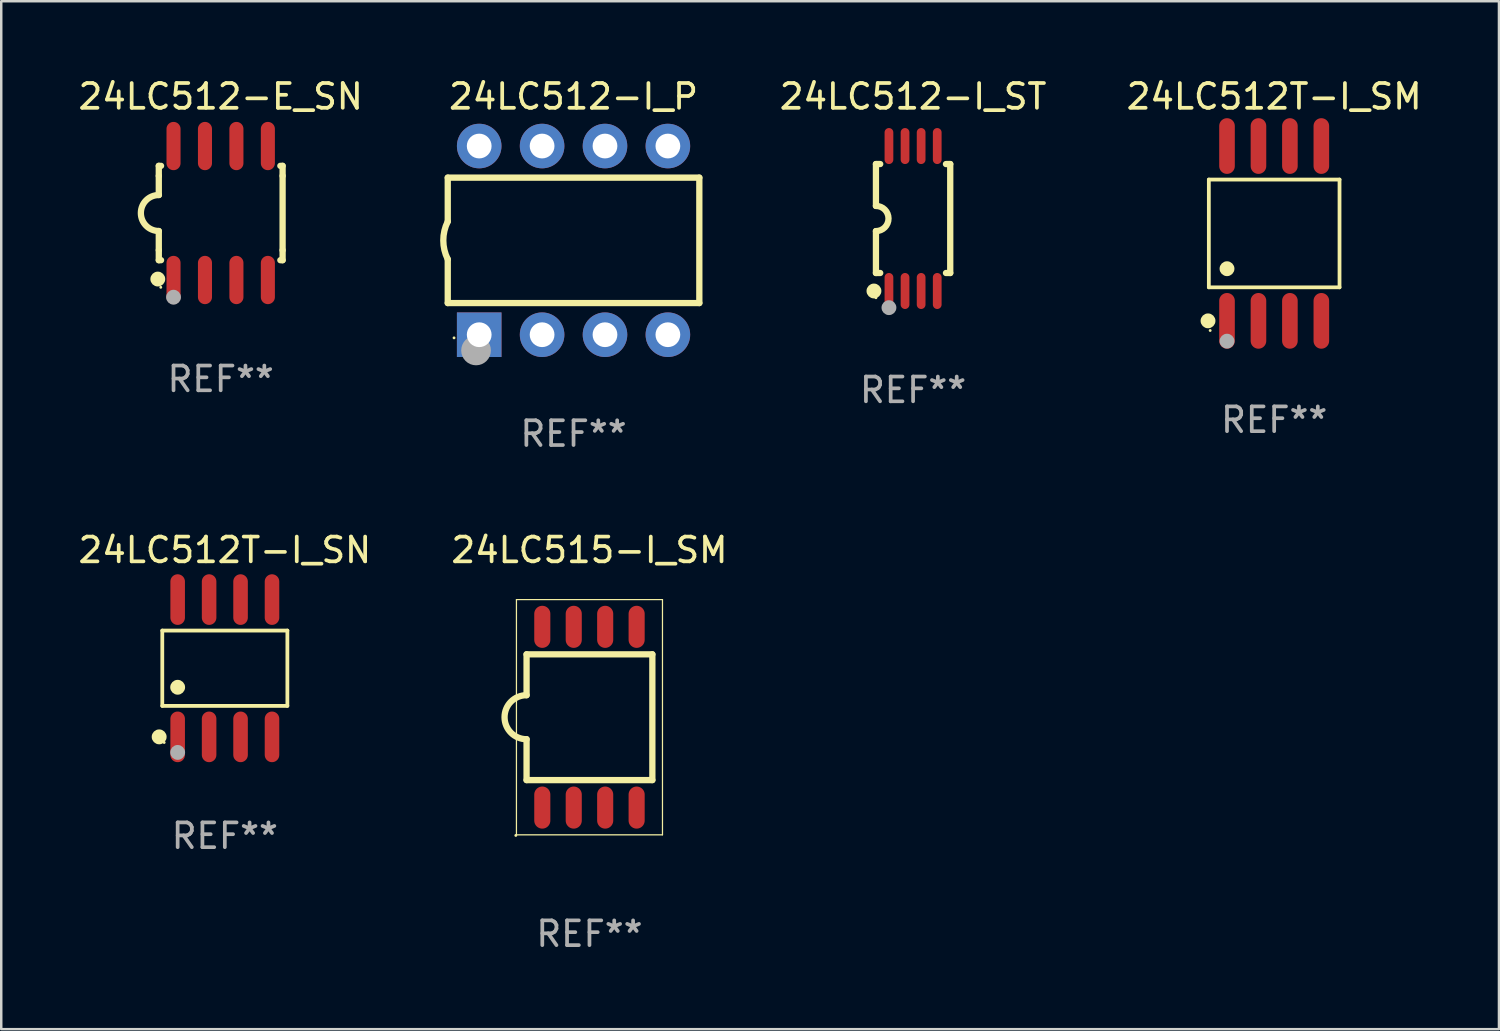
<source format=kicad_pcb>
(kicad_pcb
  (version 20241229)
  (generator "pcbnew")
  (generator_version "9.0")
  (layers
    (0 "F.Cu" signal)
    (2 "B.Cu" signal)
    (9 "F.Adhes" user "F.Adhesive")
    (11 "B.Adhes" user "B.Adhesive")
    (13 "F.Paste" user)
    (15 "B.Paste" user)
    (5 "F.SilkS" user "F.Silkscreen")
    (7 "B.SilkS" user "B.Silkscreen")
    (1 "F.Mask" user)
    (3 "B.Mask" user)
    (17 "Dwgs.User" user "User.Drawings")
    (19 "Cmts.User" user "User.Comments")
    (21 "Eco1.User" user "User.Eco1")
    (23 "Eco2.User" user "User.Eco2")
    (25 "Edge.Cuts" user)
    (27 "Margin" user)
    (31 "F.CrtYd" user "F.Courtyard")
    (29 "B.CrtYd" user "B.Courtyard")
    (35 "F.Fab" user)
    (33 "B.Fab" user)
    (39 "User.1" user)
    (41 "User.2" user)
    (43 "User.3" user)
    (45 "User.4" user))
  (footprint "24LC512-I_P"
    (layer "F.Cu")
    (at 20.113 6.658)
    (property "Reference" "24LC512-I_P" (at 0 -5.81 0) (layer "F.SilkS") (effects (font (size 1 1) (thickness 0.15))))
    (attr through_hole)
    (fp_line (start -5.08 -2.534) (end 5.08 -2.534) (stroke (width 0.254) (type solid)) (layer "F.SilkS"))
    (fp_line (start -5.08 -0.762) (end -5.08 -2.534) (stroke (width 0.254) (type solid)) (layer "F.SilkS"))
    (fp_line (start -5.08 2.531) (end -5.08 0.762) (stroke (width 0.254) (type solid)) (layer "F.SilkS"))
    (fp_line (start -5.08 2.531) (end 5.08 2.531) (stroke (width 0.254) (type solid)) (layer "F.SilkS"))
    (fp_line (start 5.08 2.531) (end 5.08 -2.534) (stroke (width 0.254) (type solid)) (layer "F.SilkS"))
    (fp_arc (start -5.08001 0.762001) (mid -5.259894 0) (end -5.08001 -0.762002) (stroke (width 0.254001) (type solid)) (layer "F.SilkS"))
    (fp_circle (center -4.826 3.937) (end -4.796 3.937) (stroke (width 0.06) (type solid)) (fill no) (layer "F.SilkS"))
    (fp_circle (center -3.937 4.445) (end -3.637 4.445) (stroke (width 0.6) (type solid)) (fill no) (layer "F.Fab"))
    (fp_text user "REF**" (at 0 7.81 0) (layer "F.Fab") (effects (font (size 1 1) (thickness 0.15))))
    (pad "1" thru_hole rect (at -3.81 3.81) (size 1.8 1.8) (drill 1) (layers "*.Cu" "*.Mask"))
    (pad "2" thru_hole circle (at -1.27 3.81) (size 1.8 1.8) (drill 1) (layers "*.Cu" "*.Mask"))
    (pad "3" thru_hole circle (at 1.27 3.81) (size 1.8 1.8) (drill 1) (layers "*.Cu" "*.Mask"))
    (pad "4" thru_hole circle (at 3.81 3.81) (size 1.8 1.8) (drill 1) (layers "*.Cu" "*.Mask"))
    (pad "5" thru_hole circle (at 3.81 -3.81) (size 1.8 1.8) (drill 1) (layers "*.Cu" "*.Mask"))
    (pad "6" thru_hole circle (at 1.27 -3.81) (size 1.8 1.8) (drill 1) (layers "*.Cu" "*.Mask"))
    (pad "7" thru_hole circle (at -1.27 -3.81) (size 1.8 1.8) (drill 1) (layers "*.Cu" "*.Mask"))
    (pad "8" thru_hole circle (at -3.81 -3.81) (size 1.8 1.8) (drill 1) (layers "*.Cu" "*.Mask")))
  (footprint "24LC512-I_ST"
    (layer "F.Cu")
    (at 33.826 5.775)
    (property "Reference" "24LC512-I_ST" (at 0 -4.927 0) (layer "F.SilkS") (effects (font (size 1 1) (thickness 0.15))))
    (attr through_hole)
    (fp_line (start -1.5 -2.2) (end -1.5 -0.508) (stroke (width 0.254) (type solid)) (layer "F.SilkS"))
    (fp_line (start -1.5 -2.2) (end -1.328 -2.2) (stroke (width 0.254) (type solid)) (layer "F.SilkS"))
    (fp_line (start -1.5 2.2) (end -1.5 0.508) (stroke (width 0.254) (type solid)) (layer "F.SilkS"))
    (fp_line (start -1.5 2.2) (end -1.328 2.2) (stroke (width 0.254) (type solid)) (layer "F.SilkS"))
    (fp_line (start 1.328 -2.2) (end 1.5 -2.2) (stroke (width 0.254) (type solid)) (layer "F.SilkS"))
    (fp_line (start 1.328 2.2) (end 1.5 2.2) (stroke (width 0.254) (type solid)) (layer "F.SilkS"))
    (fp_line (start 1.5 -2.2) (end 1.5 2.2) (stroke (width 0.254) (type solid)) (layer "F.SilkS"))
    (fp_arc (start -1.501144 -0.508) (mid -0.993143 -0.000571) (end -1.5 0.508001) (stroke (width 0.254001) (type solid)) (layer "F.SilkS"))
    (fp_circle (center -1.581 2.927) (end -1.431 2.927) (stroke (width 0.3) (type solid)) (fill no) (layer "F.SilkS"))
    (fp_circle (center -1.5 3.2) (end -1.47 3.2) (stroke (width 0.06) (type solid)) (fill no) (layer "F.SilkS"))
    (fp_circle (center -0.975 3.6) (end -0.825 3.6) (stroke (width 0.3) (type solid)) (fill no) (layer "F.Fab"))
    (fp_text user "REF**" (at 0 6.927 0) (layer "F.Fab") (effects (font (size 1 1) (thickness 0.15))))
    (pad "1" smd oval (at -0.975 2.927) (size 0.353 1.454) (layers "F.Cu" "F.Mask" "F.Paste"))
    (pad "2" smd oval (at -0.325 2.927) (size 0.353 1.454) (layers "F.Cu" "F.Mask" "F.Paste"))
    (pad "3" smd oval (at 0.325 2.927) (size 0.353 1.454) (layers "F.Cu" "F.Mask" "F.Paste"))
    (pad "4" smd oval (at 0.975 2.927) (size 0.353 1.454) (layers "F.Cu" "F.Mask" "F.Paste"))
    (pad "5" smd oval (at 0.975 -2.927) (size 0.353 1.454) (layers "F.Cu" "F.Mask" "F.Paste"))
    (pad "6" smd oval (at 0.325 -2.927) (size 0.353 1.454) (layers "F.Cu" "F.Mask" "F.Paste"))
    (pad "7" smd oval (at -0.325 -2.927) (size 0.353 1.454) (layers "F.Cu" "F.Mask" "F.Paste"))
    (pad "8" smd oval (at -0.975 -2.927) (size 0.353 1.454) (layers "F.Cu" "F.Mask" "F.Paste")))
  (footprint "24LC512T-I_SM"
    (layer "F.Cu")
    (at 48.409 6.378)
    (property "Reference" "24LC512T-I_SM" (at 0 -5.53 0) (layer "F.SilkS") (effects (font (size 1 1) (thickness 0.15))))
    (attr through_hole)
    (fp_line (start -2.639 -2.176) (end 2.639 -2.176) (stroke (width 0.152) (type solid)) (layer "F.SilkS"))
    (fp_line (start -2.639 2.176) (end -2.639 -2.176) (stroke (width 0.152) (type solid)) (layer "F.SilkS"))
    (fp_line (start 2.639 -2.176) (end 2.639 2.176) (stroke (width 0.152) (type solid)) (layer "F.SilkS"))
    (fp_line (start 2.639 2.176) (end -2.639 2.176) (stroke (width 0.152) (type solid)) (layer "F.SilkS"))
    (fp_circle (center -2.672 3.53) (end -2.522 3.53) (stroke (width 0.3) (type solid)) (fill no) (layer "F.SilkS"))
    (fp_circle (center -2.585 3.92) (end -2.555 3.92) (stroke (width 0.06) (type solid)) (fill no) (layer "F.SilkS"))
    (fp_circle (center -1.905 1.424) (end -1.755 1.424) (stroke (width 0.3) (type solid)) (fill no) (layer "F.SilkS"))
    (fp_circle (center -1.905 4.35) (end -1.755 4.35) (stroke (width 0.3) (type solid)) (fill no) (layer "F.Fab"))
    (fp_text user "REF**" (at 0 7.53 0) (layer "F.Fab") (effects (font (size 1 1) (thickness 0.15))))
    (pad "1" smd oval (at -1.905 3.53) (size 0.63 2.25) (layers "F.Cu" "F.Mask" "F.Paste"))
    (pad "2" smd oval (at -0.635 3.53) (size 0.63 2.25) (layers "F.Cu" "F.Mask" "F.Paste"))
    (pad "3" smd oval (at 0.635 3.53) (size 0.63 2.25) (layers "F.Cu" "F.Mask" "F.Paste"))
    (pad "4" smd oval (at 1.905 3.53) (size 0.63 2.25) (layers "F.Cu" "F.Mask" "F.Paste"))
    (pad "5" smd oval (at 1.905 -3.53) (size 0.63 2.25) (layers "F.Cu" "F.Mask" "F.Paste"))
    (pad "6" smd oval (at 0.635 -3.53) (size 0.63 2.25) (layers "F.Cu" "F.Mask" "F.Paste"))
    (pad "7" smd oval (at -0.635 -3.53) (size 0.63 2.25) (layers "F.Cu" "F.Mask" "F.Paste"))
    (pad "8" smd oval (at -1.905 -3.53) (size 0.63 2.25) (layers "F.Cu" "F.Mask" "F.Paste")))
  (footprint "24LC512T-I_SN"
    (layer "F.Cu")
    (at 6.03 23.937)
    (property "Reference" "24LC512T-I_SN" (at 0 -4.772 0) (layer "F.SilkS") (effects (font (size 1 1) (thickness 0.15))))
    (attr through_hole)
    (fp_line (start -2.526 -1.521) (end 2.526 -1.521) (stroke (width 0.152) (type solid)) (layer "F.SilkS"))
    (fp_line (start -2.526 1.521) (end -2.526 -1.521) (stroke (width 0.152) (type solid)) (layer "F.SilkS"))
    (fp_line (start 2.526 -1.521) (end 2.526 1.521) (stroke (width 0.152) (type solid)) (layer "F.SilkS"))
    (fp_line (start 2.526 1.521) (end -2.526 1.521) (stroke (width 0.152) (type solid)) (layer "F.SilkS"))
    (fp_circle (center -2.652 2.772) (end -2.501 2.772) (stroke (width 0.3) (type solid)) (fill no) (layer "F.SilkS"))
    (fp_circle (center -2.45 3) (end -2.42 3) (stroke (width 0.06) (type solid)) (fill no) (layer "F.SilkS"))
    (fp_circle (center -1.905 0.769) (end -1.755 0.769) (stroke (width 0.3) (type solid)) (fill no) (layer "F.SilkS"))
    (fp_circle (center -1.905 3.4) (end -1.755 3.4) (stroke (width 0.3) (type solid)) (fill no) (layer "F.Fab"))
    (fp_text user "REF**" (at 0 6.772 0) (layer "F.Fab") (effects (font (size 1 1) (thickness 0.15))))
    (pad "1" smd oval (at -1.905 2.772) (size 0.588 2.045) (layers "F.Cu" "F.Mask" "F.Paste"))
    (pad "2" smd oval (at -0.635 2.772) (size 0.588 2.045) (layers "F.Cu" "F.Mask" "F.Paste"))
    (pad "3" smd oval (at 0.635 2.772) (size 0.588 2.045) (layers "F.Cu" "F.Mask" "F.Paste"))
    (pad "4" smd oval (at 1.905 2.772) (size 0.588 2.045) (layers "F.Cu" "F.Mask" "F.Paste"))
    (pad "5" smd oval (at 1.905 -2.772) (size 0.588 2.045) (layers "F.Cu" "F.Mask" "F.Paste"))
    (pad "6" smd oval (at 0.635 -2.772) (size 0.588 2.045) (layers "F.Cu" "F.Mask" "F.Paste"))
    (pad "7" smd oval (at -0.635 -2.772) (size 0.588 2.045) (layers "F.Cu" "F.Mask" "F.Paste"))
    (pad "8" smd oval (at -1.905 -2.772) (size 0.588 2.045) (layers "F.Cu" "F.Mask" "F.Paste")))
  (footprint "24LC515-I_SM"
    (layer "F.Cu")
    (at 20.756 25.915)
    (property "Reference" "24LC515-I_SM" (at 0 -6.75 0) (layer "F.SilkS") (effects (font (size 1 1) (thickness 0.15))))
    (attr through_hole)
    (fp_line (start -2.949 -4.75) (end -2.949 4.75) (stroke (width 0.05) (type solid)) (layer "F.SilkS"))
    (fp_line (start -2.949 4.75) (end 2.949 4.75) (stroke (width 0.05) (type solid)) (layer "F.SilkS"))
    (fp_line (start -2.54 -2.54) (end 2.54 -2.54) (stroke (width 0.254) (type solid)) (layer "F.SilkS"))
    (fp_line (start -2.54 -0.889) (end -2.54 -2.54) (stroke (width 0.254) (type solid)) (layer "F.SilkS"))
    (fp_line (start -2.54 2.54) (end -2.54 0.889) (stroke (width 0.254) (type solid)) (layer "F.SilkS"))
    (fp_line (start 2.54 -2.54) (end 2.54 2.54) (stroke (width 0.254) (type solid)) (layer "F.SilkS"))
    (fp_line (start 2.54 2.54) (end -2.54 2.54) (stroke (width 0.254) (type solid)) (layer "F.SilkS"))
    (fp_line (start 2.949 -4.75) (end -2.949 -4.75) (stroke (width 0.05) (type solid)) (layer "F.SilkS"))
    (fp_line (start 2.949 4.75) (end 2.949 -4.75) (stroke (width 0.05) (type solid)) (layer "F.SilkS"))
    (fp_arc (start -2.540005 0.889002) (mid -3.426952 0.000025) (end -2.540005 -0.888952) (stroke (width 0.254001) (type solid)) (layer "F.SilkS"))
    (fp_circle (center -2.974 4.775) (end -2.944 4.775) (stroke (width 0.06) (type solid)) (fill no) (layer "F.SilkS"))
    (fp_text user "REF**" (at 0 8.75 0) (layer "F.Fab") (effects (font (size 1 1) (thickness 0.15))))
    (pad "1" smd oval (at -1.905 3.65 90) (size 1.7 0.65) (layers "F.Cu" "F.Mask" "F.Paste"))
    (pad "2" smd oval (at -0.635 3.65 90) (size 1.7 0.65) (layers "F.Cu" "F.Mask" "F.Paste"))
    (pad "3" smd oval (at 0.635 3.65 90) (size 1.7 0.65) (layers "F.Cu" "F.Mask" "F.Paste"))
    (pad "4" smd oval (at 1.905 3.65 90) (size 1.7 0.65) (layers "F.Cu" "F.Mask" "F.Paste"))
    (pad "5" smd oval (at 1.905 -3.65 90) (size 1.7 0.65) (layers "F.Cu" "F.Mask" "F.Paste"))
    (pad "6" smd oval (at 0.635 -3.65 90) (size 1.7 0.65) (layers "F.Cu" "F.Mask" "F.Paste"))
    (pad "7" smd oval (at -0.635 -3.65 90) (size 1.7 0.65) (layers "F.Cu" "F.Mask" "F.Paste"))
    (pad "8" smd oval (at -1.905 -3.65 90) (size 1.7 0.65) (layers "F.Cu" "F.Mask" "F.Paste")))
  (footprint "24LC512-E_SN"
    (layer "F.Cu")
    (at 5.863 5.553)
    (property "Reference" "24LC512-E_SN" (at 0 -4.705 0) (layer "F.SilkS") (effects (font (size 1 1) (thickness 0.15))))
    (attr through_hole)
    (fp_line (start -2.5 -1.905) (end -2.409 -1.905) (stroke (width 0.254) (type solid)) (layer "F.SilkS"))
    (fp_line (start -2.5 -1.5) (end -2.5 -1.905) (stroke (width 0.254) (type solid)) (layer "F.SilkS"))
    (fp_line (start -2.5 -1.5) (end -2.5 -0.726) (stroke (width 0.254) (type solid)) (layer "F.SilkS"))
    (fp_line (start -2.5 1.5) (end -2.5 0.727) (stroke (width 0.254) (type solid)) (layer "F.SilkS"))
    (fp_line (start -2.5 1.5) (end -2.5 1.905) (stroke (width 0.254) (type solid)) (layer "F.SilkS"))
    (fp_line (start -2.5 1.905) (end -2.409 1.905) (stroke (width 0.254) (type solid)) (layer "F.SilkS"))
    (fp_line (start 2.5 -1.905) (end 2.409 -1.905) (stroke (width 0.254) (type solid)) (layer "F.SilkS"))
    (fp_line (start 2.5 -1.5) (end 2.5 -1.905) (stroke (width 0.254) (type solid)) (layer "F.SilkS"))
    (fp_line (start 2.5 -1.5) (end 2.5 1.5) (stroke (width 0.254) (type solid)) (layer "F.SilkS"))
    (fp_line (start 2.5 1.5) (end 2.5 1.905) (stroke (width 0.254) (type solid)) (layer "F.SilkS"))
    (fp_line (start 2.5 1.905) (end 2.409 1.905) (stroke (width 0.254) (type solid)) (layer "F.SilkS"))
    (fp_arc (start -2.5 0.726568) (mid -3.220316 -0.0023) (end -2.495097 -0.726289) (stroke (width 0.254001) (type solid)) (layer "F.SilkS"))
    (fp_circle (center -2.54 2.667) (end -2.39 2.667) (stroke (width 0.3) (type solid)) (fill no) (layer "F.SilkS"))
    (fp_circle (center -2.42 3) (end -2.39 3) (stroke (width 0.06) (type solid)) (fill no) (layer "F.SilkS"))
    (fp_circle (center -1.905 3.4) (end -1.755 3.4) (stroke (width 0.3) (type solid)) (fill no) (layer "F.Fab"))
    (fp_text user "REF**" (at 0 6.705 0) (layer "F.Fab") (effects (font (size 1 1) (thickness 0.15))))
    (pad "1" smd oval (at -1.905 2.705) (size 0.568 1.95) (layers "F.Cu" "F.Mask" "F.Paste"))
    (pad "2" smd oval (at -0.635 2.705) (size 0.568 1.95) (layers "F.Cu" "F.Mask" "F.Paste"))
    (pad "3" smd oval (at 0.635 2.705) (size 0.568 1.95) (layers "F.Cu" "F.Mask" "F.Paste"))
    (pad "4" smd oval (at 1.905 2.705) (size 0.568 1.95) (layers "F.Cu" "F.Mask" "F.Paste"))
    (pad "5" smd oval (at 1.905 -2.705) (size 0.568 1.95) (layers "F.Cu" "F.Mask" "F.Paste"))
    (pad "6" smd oval (at 0.635 -2.705) (size 0.568 1.95) (layers "F.Cu" "F.Mask" "F.Paste"))
    (pad "7" smd oval (at -0.635 -2.705) (size 0.568 1.95) (layers "F.Cu" "F.Mask" "F.Paste"))
    (pad "8" smd oval (at -1.905 -2.705) (size 0.568 1.95) (layers "F.Cu" "F.Mask" "F.Paste")))
  (gr_rect
    (start -3 -3)
    (end 57.487 38.513)
    (stroke (width 0.1) (type default))
    (fill no)
    (layer "Edge.Cuts")))
</source>
